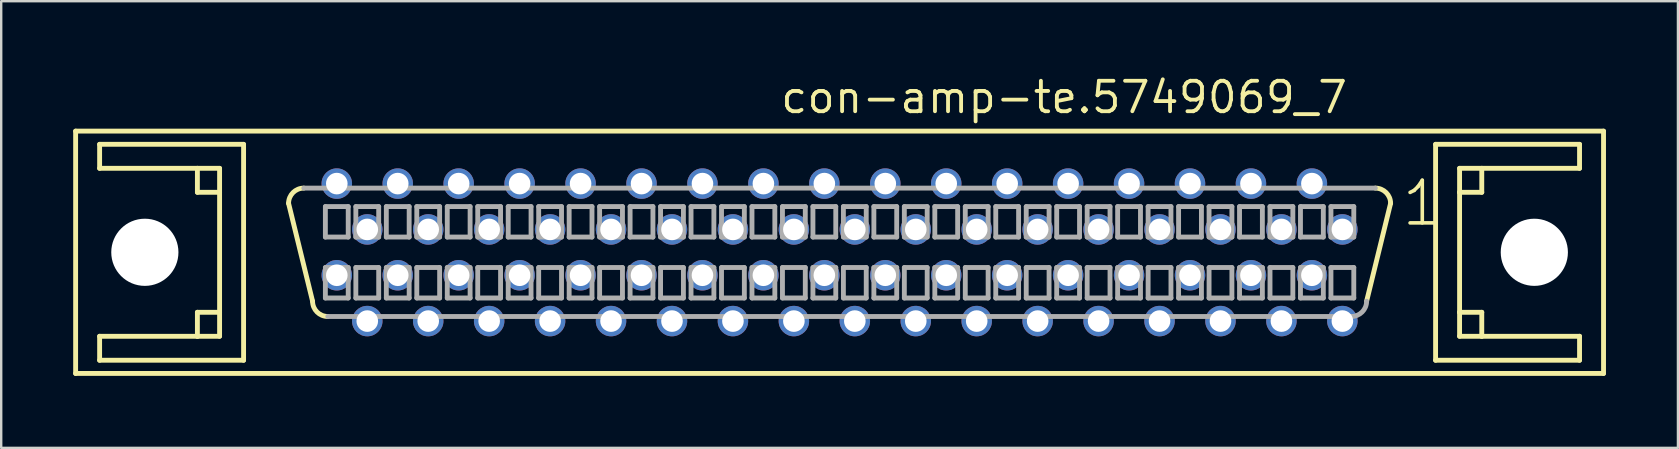
<source format=kicad_pcb>
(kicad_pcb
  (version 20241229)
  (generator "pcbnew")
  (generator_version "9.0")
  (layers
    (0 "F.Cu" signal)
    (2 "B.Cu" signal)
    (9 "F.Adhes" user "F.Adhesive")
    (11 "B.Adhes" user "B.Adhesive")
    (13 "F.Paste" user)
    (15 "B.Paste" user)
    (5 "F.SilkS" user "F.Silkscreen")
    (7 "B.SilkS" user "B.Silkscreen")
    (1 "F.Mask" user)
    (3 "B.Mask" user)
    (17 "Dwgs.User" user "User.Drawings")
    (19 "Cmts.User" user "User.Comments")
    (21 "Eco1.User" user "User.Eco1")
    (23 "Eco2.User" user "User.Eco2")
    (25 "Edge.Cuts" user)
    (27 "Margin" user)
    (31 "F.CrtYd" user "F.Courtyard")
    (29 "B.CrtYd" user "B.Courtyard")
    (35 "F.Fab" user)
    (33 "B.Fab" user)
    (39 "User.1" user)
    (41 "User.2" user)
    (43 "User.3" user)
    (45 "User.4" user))
  (footprint "con-amp-te.5749069_7"
    (layer "F.Cu")
    (at 31.942 7.465)
    (property "Reference" "con-amp-te.5749069_7" (at -2.54 -5.715 0) (layer "F.SilkS") (effects (font (size 1.27 1.27) (thickness 0.16)) (justify left bottom)))
    (attr through_hole)
    (fp_line (start -31.84 -5.05) (end 31.84 -5.05) (stroke (width 0.203) (type default)) (layer "F.SilkS"))
    (fp_line (start -31.84 5.05) (end -31.84 -5.05) (stroke (width 0.203) (type default)) (layer "F.SilkS"))
    (fp_line (start -30.84 -4.5) (end -30.84 -3.5) (stroke (width 0.203) (type default)) (layer "F.SilkS"))
    (fp_line (start -30.84 -3.5) (end -26.765 -3.5) (stroke (width 0.203) (type default)) (layer "F.SilkS"))
    (fp_line (start -30.84 3.5) (end -30.84 4.5) (stroke (width 0.203) (type default)) (layer "F.SilkS"))
    (fp_line (start -30.84 4.5) (end -24.84 4.5) (stroke (width 0.203) (type default)) (layer "F.SilkS"))
    (fp_line (start -26.765 -3.5) (end -26.765 -2.5) (stroke (width 0.203) (type default)) (layer "F.SilkS"))
    (fp_line (start -26.765 -3.5) (end -25.84 -3.5) (stroke (width 0.203) (type default)) (layer "F.SilkS"))
    (fp_line (start -26.765 -2.5) (end -25.84 -2.5) (stroke (width 0.203) (type default)) (layer "F.SilkS"))
    (fp_line (start -26.765 2.5) (end -26.765 3.5) (stroke (width 0.203) (type default)) (layer "F.SilkS"))
    (fp_line (start -26.765 3.5) (end -30.84 3.5) (stroke (width 0.203) (type default)) (layer "F.SilkS"))
    (fp_line (start -25.84 -3.5) (end -25.84 -2.5) (stroke (width 0.203) (type default)) (layer "F.SilkS"))
    (fp_line (start -25.84 -2.5) (end -25.84 2.5) (stroke (width 0.203) (type default)) (layer "F.SilkS"))
    (fp_line (start -25.84 2.5) (end -26.765 2.5) (stroke (width 0.203) (type default)) (layer "F.SilkS"))
    (fp_line (start -25.84 2.5) (end -25.84 3.5) (stroke (width 0.203) (type default)) (layer "F.SilkS"))
    (fp_line (start -25.84 3.5) (end -26.765 3.5) (stroke (width 0.203) (type default)) (layer "F.SilkS"))
    (fp_line (start -24.84 -4.5) (end -30.84 -4.5) (stroke (width 0.203) (type default)) (layer "F.SilkS"))
    (fp_line (start -24.84 4.5) (end -24.84 -4.5) (stroke (width 0.203) (type default)) (layer "F.SilkS"))
    (fp_line (start -21.965 2.04) (end -22.965 -2.04) (stroke (width 0.203) (type default)) (layer "F.SilkS"))
    (fp_line (start 22.965 -2.04) (end 21.965 2.04) (stroke (width 0.203) (type default)) (layer "F.SilkS"))
    (fp_line (start 24.84 -4.5) (end 24.84 4.5) (stroke (width 0.203) (type default)) (layer "F.SilkS"))
    (fp_line (start 24.84 4.5) (end 30.84 4.5) (stroke (width 0.203) (type default)) (layer "F.SilkS"))
    (fp_line (start 25.84 -3.5) (end 26.765 -3.5) (stroke (width 0.203) (type default)) (layer "F.SilkS"))
    (fp_line (start 25.84 -2.5) (end 25.84 -3.5) (stroke (width 0.203) (type default)) (layer "F.SilkS"))
    (fp_line (start 25.84 -2.5) (end 26.765 -2.5) (stroke (width 0.203) (type default)) (layer "F.SilkS"))
    (fp_line (start 25.84 2.5) (end 25.84 -2.5) (stroke (width 0.203) (type default)) (layer "F.SilkS"))
    (fp_line (start 25.84 3.5) (end 25.84 2.5) (stroke (width 0.203) (type default)) (layer "F.SilkS"))
    (fp_line (start 26.765 -3.5) (end 30.84 -3.5) (stroke (width 0.203) (type default)) (layer "F.SilkS"))
    (fp_line (start 26.765 -2.5) (end 26.765 -3.5) (stroke (width 0.203) (type default)) (layer "F.SilkS"))
    (fp_line (start 26.765 2.5) (end 25.84 2.5) (stroke (width 0.203) (type default)) (layer "F.SilkS"))
    (fp_line (start 26.765 3.5) (end 25.84 3.5) (stroke (width 0.203) (type default)) (layer "F.SilkS"))
    (fp_line (start 26.765 3.5) (end 26.765 2.5) (stroke (width 0.203) (type default)) (layer "F.SilkS"))
    (fp_line (start 30.84 -4.5) (end 24.84 -4.5) (stroke (width 0.203) (type default)) (layer "F.SilkS"))
    (fp_line (start 30.84 -3.5) (end 30.84 -4.5) (stroke (width 0.203) (type default)) (layer "F.SilkS"))
    (fp_line (start 30.84 3.5) (end 26.765 3.5) (stroke (width 0.203) (type default)) (layer "F.SilkS"))
    (fp_line (start 30.84 4.5) (end 30.84 3.5) (stroke (width 0.203) (type default)) (layer "F.SilkS"))
    (fp_line (start 31.84 -5.05) (end 31.84 5.05) (stroke (width 0.203) (type default)) (layer "F.SilkS"))
    (fp_line (start 31.84 5.05) (end -31.84 5.05) (stroke (width 0.203) (type default)) (layer "F.SilkS"))
    (fp_arc (start -22.965 -2.04) (mid -22.779013 -2.489013) (end -22.33 -2.675) (stroke (width 0.2032) (type default)) (layer "F.SilkS"))
    (fp_arc (start -21.33 2.675) (mid -21.779013 2.489013) (end -21.965 2.04) (stroke (width 0.2032) (type default)) (layer "F.SilkS"))
    (fp_arc (start 22.33 -2.675) (mid 22.779013 -2.489013) (end 22.965 -2.04) (stroke (width 0.2032) (type default)) (layer "F.SilkS"))
    (fp_line (start -22.33 -2.675) (end 22.33 -2.675) (stroke (width 0.203) (type default)) (layer "F.Fab"))
    (fp_line (start -21.431 -1.905) (end -21.431 -0.635) (stroke (width 0.203) (type default)) (layer "F.Fab"))
    (fp_line (start -21.431 -0.635) (end -20.479 -0.635) (stroke (width 0.203) (type default)) (layer "F.Fab"))
    (fp_line (start -21.431 0.635) (end -21.431 1.905) (stroke (width 0.203) (type default)) (layer "F.Fab"))
    (fp_line (start -21.431 1.905) (end -20.479 1.905) (stroke (width 0.203) (type default)) (layer "F.Fab"))
    (fp_line (start -20.479 -1.905) (end -21.431 -1.905) (stroke (width 0.203) (type default)) (layer "F.Fab"))
    (fp_line (start -20.479 -0.635) (end -20.479 -1.905) (stroke (width 0.203) (type default)) (layer "F.Fab"))
    (fp_line (start -20.479 0.635) (end -21.431 0.635) (stroke (width 0.203) (type default)) (layer "F.Fab"))
    (fp_line (start -20.479 1.905) (end -20.479 0.635) (stroke (width 0.203) (type default)) (layer "F.Fab"))
    (fp_line (start -20.161 -1.905) (end -20.161 -0.635) (stroke (width 0.203) (type default)) (layer "F.Fab"))
    (fp_line (start -20.161 -0.635) (end -19.209 -0.635) (stroke (width 0.203) (type default)) (layer "F.Fab"))
    (fp_line (start -20.161 0.635) (end -20.161 1.905) (stroke (width 0.203) (type default)) (layer "F.Fab"))
    (fp_line (start -20.161 1.905) (end -19.209 1.905) (stroke (width 0.203) (type default)) (layer "F.Fab"))
    (fp_line (start -19.209 -1.905) (end -20.161 -1.905) (stroke (width 0.203) (type default)) (layer "F.Fab"))
    (fp_line (start -19.209 -0.635) (end -19.209 -1.905) (stroke (width 0.203) (type default)) (layer "F.Fab"))
    (fp_line (start -19.209 0.635) (end -20.161 0.635) (stroke (width 0.203) (type default)) (layer "F.Fab"))
    (fp_line (start -19.209 1.905) (end -19.209 0.635) (stroke (width 0.203) (type default)) (layer "F.Fab"))
    (fp_line (start -18.891 -1.905) (end -18.891 -0.635) (stroke (width 0.203) (type default)) (layer "F.Fab"))
    (fp_line (start -18.891 -0.635) (end -17.939 -0.635) (stroke (width 0.203) (type default)) (layer "F.Fab"))
    (fp_line (start -18.891 0.635) (end -18.891 1.905) (stroke (width 0.203) (type default)) (layer "F.Fab"))
    (fp_line (start -18.891 1.905) (end -17.939 1.905) (stroke (width 0.203) (type default)) (layer "F.Fab"))
    (fp_line (start -17.939 -1.905) (end -18.891 -1.905) (stroke (width 0.203) (type default)) (layer "F.Fab"))
    (fp_line (start -17.939 -0.635) (end -17.939 -1.905) (stroke (width 0.203) (type default)) (layer "F.Fab"))
    (fp_line (start -17.939 0.635) (end -18.891 0.635) (stroke (width 0.203) (type default)) (layer "F.Fab"))
    (fp_line (start -17.939 1.905) (end -17.939 0.635) (stroke (width 0.203) (type default)) (layer "F.Fab"))
    (fp_line (start -17.621 -1.905) (end -17.621 -0.635) (stroke (width 0.203) (type default)) (layer "F.Fab"))
    (fp_line (start -17.621 -0.635) (end -16.669 -0.635) (stroke (width 0.203) (type default)) (layer "F.Fab"))
    (fp_line (start -17.621 0.635) (end -17.621 1.905) (stroke (width 0.203) (type default)) (layer "F.Fab"))
    (fp_line (start -17.621 1.905) (end -16.669 1.905) (stroke (width 0.203) (type default)) (layer "F.Fab"))
    (fp_line (start -16.669 -1.905) (end -17.621 -1.905) (stroke (width 0.203) (type default)) (layer "F.Fab"))
    (fp_line (start -16.669 -0.635) (end -16.669 -1.905) (stroke (width 0.203) (type default)) (layer "F.Fab"))
    (fp_line (start -16.669 0.635) (end -17.621 0.635) (stroke (width 0.203) (type default)) (layer "F.Fab"))
    (fp_line (start -16.669 1.905) (end -16.669 0.635) (stroke (width 0.203) (type default)) (layer "F.Fab"))
    (fp_line (start -16.351 -1.905) (end -16.351 -0.635) (stroke (width 0.203) (type default)) (layer "F.Fab"))
    (fp_line (start -16.351 -0.635) (end -15.399 -0.635) (stroke (width 0.203) (type default)) (layer "F.Fab"))
    (fp_line (start -16.351 0.635) (end -16.351 1.905) (stroke (width 0.203) (type default)) (layer "F.Fab"))
    (fp_line (start -16.351 1.905) (end -15.399 1.905) (stroke (width 0.203) (type default)) (layer "F.Fab"))
    (fp_line (start -15.399 -1.905) (end -16.351 -1.905) (stroke (width 0.203) (type default)) (layer "F.Fab"))
    (fp_line (start -15.399 -0.635) (end -15.399 -1.905) (stroke (width 0.203) (type default)) (layer "F.Fab"))
    (fp_line (start -15.399 0.635) (end -16.351 0.635) (stroke (width 0.203) (type default)) (layer "F.Fab"))
    (fp_line (start -15.399 1.905) (end -15.399 0.635) (stroke (width 0.203) (type default)) (layer "F.Fab"))
    (fp_line (start -15.081 -1.905) (end -15.081 -0.635) (stroke (width 0.203) (type default)) (layer "F.Fab"))
    (fp_line (start -15.081 -0.635) (end -14.129 -0.635) (stroke (width 0.203) (type default)) (layer "F.Fab"))
    (fp_line (start -15.081 0.635) (end -15.081 1.905) (stroke (width 0.203) (type default)) (layer "F.Fab"))
    (fp_line (start -15.081 1.905) (end -14.129 1.905) (stroke (width 0.203) (type default)) (layer "F.Fab"))
    (fp_line (start -14.129 -1.905) (end -15.081 -1.905) (stroke (width 0.203) (type default)) (layer "F.Fab"))
    (fp_line (start -14.129 -0.635) (end -14.129 -1.905) (stroke (width 0.203) (type default)) (layer "F.Fab"))
    (fp_line (start -14.129 0.635) (end -15.081 0.635) (stroke (width 0.203) (type default)) (layer "F.Fab"))
    (fp_line (start -14.129 1.905) (end -14.129 0.635) (stroke (width 0.203) (type default)) (layer "F.Fab"))
    (fp_line (start -13.811 -1.905) (end -13.811 -0.635) (stroke (width 0.203) (type default)) (layer "F.Fab"))
    (fp_line (start -13.811 -0.635) (end -12.859 -0.635) (stroke (width 0.203) (type default)) (layer "F.Fab"))
    (fp_line (start -13.811 0.635) (end -13.811 1.905) (stroke (width 0.203) (type default)) (layer "F.Fab"))
    (fp_line (start -13.811 1.905) (end -12.859 1.905) (stroke (width 0.203) (type default)) (layer "F.Fab"))
    (fp_line (start -12.859 -1.905) (end -13.811 -1.905) (stroke (width 0.203) (type default)) (layer "F.Fab"))
    (fp_line (start -12.859 -0.635) (end -12.859 -1.905) (stroke (width 0.203) (type default)) (layer "F.Fab"))
    (fp_line (start -12.859 0.635) (end -13.811 0.635) (stroke (width 0.203) (type default)) (layer "F.Fab"))
    (fp_line (start -12.859 1.905) (end -12.859 0.635) (stroke (width 0.203) (type default)) (layer "F.Fab"))
    (fp_line (start -12.541 -1.905) (end -12.541 -0.635) (stroke (width 0.203) (type default)) (layer "F.Fab"))
    (fp_line (start -12.541 -0.635) (end -11.589 -0.635) (stroke (width 0.203) (type default)) (layer "F.Fab"))
    (fp_line (start -12.541 0.635) (end -12.541 1.905) (stroke (width 0.203) (type default)) (layer "F.Fab"))
    (fp_line (start -12.541 1.905) (end -11.589 1.905) (stroke (width 0.203) (type default)) (layer "F.Fab"))
    (fp_line (start -11.589 -1.905) (end -12.541 -1.905) (stroke (width 0.203) (type default)) (layer "F.Fab"))
    (fp_line (start -11.589 -0.635) (end -11.589 -1.905) (stroke (width 0.203) (type default)) (layer "F.Fab"))
    (fp_line (start -11.589 0.635) (end -12.541 0.635) (stroke (width 0.203) (type default)) (layer "F.Fab"))
    (fp_line (start -11.589 1.905) (end -11.589 0.635) (stroke (width 0.203) (type default)) (layer "F.Fab"))
    (fp_line (start -11.271 -1.905) (end -11.271 -0.635) (stroke (width 0.203) (type default)) (layer "F.Fab"))
    (fp_line (start -11.271 -0.635) (end -10.319 -0.635) (stroke (width 0.203) (type default)) (layer "F.Fab"))
    (fp_line (start -11.271 0.635) (end -11.271 1.905) (stroke (width 0.203) (type default)) (layer "F.Fab"))
    (fp_line (start -11.271 1.905) (end -10.319 1.905) (stroke (width 0.203) (type default)) (layer "F.Fab"))
    (fp_line (start -10.319 -1.905) (end -11.271 -1.905) (stroke (width 0.203) (type default)) (layer "F.Fab"))
    (fp_line (start -10.319 -0.635) (end -10.319 -1.905) (stroke (width 0.203) (type default)) (layer "F.Fab"))
    (fp_line (start -10.319 0.635) (end -11.271 0.635) (stroke (width 0.203) (type default)) (layer "F.Fab"))
    (fp_line (start -10.319 1.905) (end -10.319 0.635) (stroke (width 0.203) (type default)) (layer "F.Fab"))
    (fp_line (start -10.001 -1.905) (end -10.001 -0.635) (stroke (width 0.203) (type default)) (layer "F.Fab"))
    (fp_line (start -10.001 -0.635) (end -9.049 -0.635) (stroke (width 0.203) (type default)) (layer "F.Fab"))
    (fp_line (start -10.001 0.635) (end -10.001 1.905) (stroke (width 0.203) (type default)) (layer "F.Fab"))
    (fp_line (start -10.001 1.905) (end -9.049 1.905) (stroke (width 0.203) (type default)) (layer "F.Fab"))
    (fp_line (start -9.049 -1.905) (end -10.001 -1.905) (stroke (width 0.203) (type default)) (layer "F.Fab"))
    (fp_line (start -9.049 -0.635) (end -9.049 -1.905) (stroke (width 0.203) (type default)) (layer "F.Fab"))
    (fp_line (start -9.049 0.635) (end -10.001 0.635) (stroke (width 0.203) (type default)) (layer "F.Fab"))
    (fp_line (start -9.049 1.905) (end -9.049 0.635) (stroke (width 0.203) (type default)) (layer "F.Fab"))
    (fp_line (start -8.731 -1.905) (end -8.731 -0.635) (stroke (width 0.203) (type default)) (layer "F.Fab"))
    (fp_line (start -8.731 -0.635) (end -7.779 -0.635) (stroke (width 0.203) (type default)) (layer "F.Fab"))
    (fp_line (start -8.731 0.635) (end -8.731 1.905) (stroke (width 0.203) (type default)) (layer "F.Fab"))
    (fp_line (start -8.731 1.905) (end -7.779 1.905) (stroke (width 0.203) (type default)) (layer "F.Fab"))
    (fp_line (start -7.779 -1.905) (end -8.731 -1.905) (stroke (width 0.203) (type default)) (layer "F.Fab"))
    (fp_line (start -7.779 -0.635) (end -7.779 -1.905) (stroke (width 0.203) (type default)) (layer "F.Fab"))
    (fp_line (start -7.779 0.635) (end -8.731 0.635) (stroke (width 0.203) (type default)) (layer "F.Fab"))
    (fp_line (start -7.779 1.905) (end -7.779 0.635) (stroke (width 0.203) (type default)) (layer "F.Fab"))
    (fp_line (start -7.461 -1.905) (end -7.461 -0.635) (stroke (width 0.203) (type default)) (layer "F.Fab"))
    (fp_line (start -7.461 -0.635) (end -6.509 -0.635) (stroke (width 0.203) (type default)) (layer "F.Fab"))
    (fp_line (start -7.461 0.635) (end -7.461 1.905) (stroke (width 0.203) (type default)) (layer "F.Fab"))
    (fp_line (start -7.461 1.905) (end -6.509 1.905) (stroke (width 0.203) (type default)) (layer "F.Fab"))
    (fp_line (start -6.509 -1.905) (end -7.461 -1.905) (stroke (width 0.203) (type default)) (layer "F.Fab"))
    (fp_line (start -6.509 -0.635) (end -6.509 -1.905) (stroke (width 0.203) (type default)) (layer "F.Fab"))
    (fp_line (start -6.509 0.635) (end -7.461 0.635) (stroke (width 0.203) (type default)) (layer "F.Fab"))
    (fp_line (start -6.509 1.905) (end -6.509 0.635) (stroke (width 0.203) (type default)) (layer "F.Fab"))
    (fp_line (start -6.191 -1.905) (end -6.191 -0.635) (stroke (width 0.203) (type default)) (layer "F.Fab"))
    (fp_line (start -6.191 -0.635) (end -5.239 -0.635) (stroke (width 0.203) (type default)) (layer "F.Fab"))
    (fp_line (start -6.191 0.635) (end -6.191 1.905) (stroke (width 0.203) (type default)) (layer "F.Fab"))
    (fp_line (start -6.191 1.905) (end -5.239 1.905) (stroke (width 0.203) (type default)) (layer "F.Fab"))
    (fp_line (start -5.239 -1.905) (end -6.191 -1.905) (stroke (width 0.203) (type default)) (layer "F.Fab"))
    (fp_line (start -5.239 -0.635) (end -5.239 -1.905) (stroke (width 0.203) (type default)) (layer "F.Fab"))
    (fp_line (start -5.239 0.635) (end -6.191 0.635) (stroke (width 0.203) (type default)) (layer "F.Fab"))
    (fp_line (start -5.239 1.905) (end -5.239 0.635) (stroke (width 0.203) (type default)) (layer "F.Fab"))
    (fp_line (start -4.921 -1.905) (end -4.921 -0.635) (stroke (width 0.203) (type default)) (layer "F.Fab"))
    (fp_line (start -4.921 -0.635) (end -3.969 -0.635) (stroke (width 0.203) (type default)) (layer "F.Fab"))
    (fp_line (start -4.921 0.635) (end -4.921 1.905) (stroke (width 0.203) (type default)) (layer "F.Fab"))
    (fp_line (start -4.921 1.905) (end -3.969 1.905) (stroke (width 0.203) (type default)) (layer "F.Fab"))
    (fp_line (start -3.969 -1.905) (end -4.921 -1.905) (stroke (width 0.203) (type default)) (layer "F.Fab"))
    (fp_line (start -3.969 -0.635) (end -3.969 -1.905) (stroke (width 0.203) (type default)) (layer "F.Fab"))
    (fp_line (start -3.969 0.635) (end -4.921 0.635) (stroke (width 0.203) (type default)) (layer "F.Fab"))
    (fp_line (start -3.969 1.905) (end -3.969 0.635) (stroke (width 0.203) (type default)) (layer "F.Fab"))
    (fp_line (start -3.651 -1.905) (end -3.651 -0.635) (stroke (width 0.203) (type default)) (layer "F.Fab"))
    (fp_line (start -3.651 -0.635) (end -2.699 -0.635) (stroke (width 0.203) (type default)) (layer "F.Fab"))
    (fp_line (start -3.651 0.635) (end -3.651 1.905) (stroke (width 0.203) (type default)) (layer "F.Fab"))
    (fp_line (start -3.651 1.905) (end -2.699 1.905) (stroke (width 0.203) (type default)) (layer "F.Fab"))
    (fp_line (start -2.699 -1.905) (end -3.651 -1.905) (stroke (width 0.203) (type default)) (layer "F.Fab"))
    (fp_line (start -2.699 -0.635) (end -2.699 -1.905) (stroke (width 0.203) (type default)) (layer "F.Fab"))
    (fp_line (start -2.699 0.635) (end -3.651 0.635) (stroke (width 0.203) (type default)) (layer "F.Fab"))
    (fp_line (start -2.699 1.905) (end -2.699 0.635) (stroke (width 0.203) (type default)) (layer "F.Fab"))
    (fp_line (start -2.381 -1.905) (end -2.381 -0.635) (stroke (width 0.203) (type default)) (layer "F.Fab"))
    (fp_line (start -2.381 -0.635) (end -1.429 -0.635) (stroke (width 0.203) (type default)) (layer "F.Fab"))
    (fp_line (start -2.381 0.635) (end -2.381 1.905) (stroke (width 0.203) (type default)) (layer "F.Fab"))
    (fp_line (start -2.381 1.905) (end -1.429 1.905) (stroke (width 0.203) (type default)) (layer "F.Fab"))
    (fp_line (start -1.429 -1.905) (end -2.381 -1.905) (stroke (width 0.203) (type default)) (layer "F.Fab"))
    (fp_line (start -1.429 -0.635) (end -1.429 -1.905) (stroke (width 0.203) (type default)) (layer "F.Fab"))
    (fp_line (start -1.429 0.635) (end -2.381 0.635) (stroke (width 0.203) (type default)) (layer "F.Fab"))
    (fp_line (start -1.429 1.905) (end -1.429 0.635) (stroke (width 0.203) (type default)) (layer "F.Fab"))
    (fp_line (start -1.111 -1.905) (end -1.111 -0.635) (stroke (width 0.203) (type default)) (layer "F.Fab"))
    (fp_line (start -1.111 -0.635) (end -0.159 -0.635) (stroke (width 0.203) (type default)) (layer "F.Fab"))
    (fp_line (start -1.111 0.635) (end -1.111 1.905) (stroke (width 0.203) (type default)) (layer "F.Fab"))
    (fp_line (start -1.111 1.905) (end -0.159 1.905) (stroke (width 0.203) (type default)) (layer "F.Fab"))
    (fp_line (start -0.159 -1.905) (end -1.111 -1.905) (stroke (width 0.203) (type default)) (layer "F.Fab"))
    (fp_line (start -0.159 -0.635) (end -0.159 -1.905) (stroke (width 0.203) (type default)) (layer "F.Fab"))
    (fp_line (start -0.159 0.635) (end -1.111 0.635) (stroke (width 0.203) (type default)) (layer "F.Fab"))
    (fp_line (start -0.159 1.905) (end -0.159 0.635) (stroke (width 0.203) (type default)) (layer "F.Fab"))
    (fp_line (start 0.159 -1.905) (end 0.159 -0.635) (stroke (width 0.203) (type default)) (layer "F.Fab"))
    (fp_line (start 0.159 -0.635) (end 1.111 -0.635) (stroke (width 0.203) (type default)) (layer "F.Fab"))
    (fp_line (start 0.159 0.635) (end 0.159 1.905) (stroke (width 0.203) (type default)) (layer "F.Fab"))
    (fp_line (start 0.159 1.905) (end 1.111 1.905) (stroke (width 0.203) (type default)) (layer "F.Fab"))
    (fp_line (start 1.111 -1.905) (end 0.159 -1.905) (stroke (width 0.203) (type default)) (layer "F.Fab"))
    (fp_line (start 1.111 -0.635) (end 1.111 -1.905) (stroke (width 0.203) (type default)) (layer "F.Fab"))
    (fp_line (start 1.111 0.635) (end 0.159 0.635) (stroke (width 0.203) (type default)) (layer "F.Fab"))
    (fp_line (start 1.111 1.905) (end 1.111 0.635) (stroke (width 0.203) (type default)) (layer "F.Fab"))
    (fp_line (start 1.429 -1.905) (end 1.429 -0.635) (stroke (width 0.203) (type default)) (layer "F.Fab"))
    (fp_line (start 1.429 -0.635) (end 2.381 -0.635) (stroke (width 0.203) (type default)) (layer "F.Fab"))
    (fp_line (start 1.429 0.635) (end 1.429 1.905) (stroke (width 0.203) (type default)) (layer "F.Fab"))
    (fp_line (start 1.429 1.905) (end 2.381 1.905) (stroke (width 0.203) (type default)) (layer "F.Fab"))
    (fp_line (start 2.381 -1.905) (end 1.429 -1.905) (stroke (width 0.203) (type default)) (layer "F.Fab"))
    (fp_line (start 2.381 -0.635) (end 2.381 -1.905) (stroke (width 0.203) (type default)) (layer "F.Fab"))
    (fp_line (start 2.381 0.635) (end 1.429 0.635) (stroke (width 0.203) (type default)) (layer "F.Fab"))
    (fp_line (start 2.381 1.905) (end 2.381 0.635) (stroke (width 0.203) (type default)) (layer "F.Fab"))
    (fp_line (start 2.699 -1.905) (end 2.699 -0.635) (stroke (width 0.203) (type default)) (layer "F.Fab"))
    (fp_line (start 2.699 -0.635) (end 3.651 -0.635) (stroke (width 0.203) (type default)) (layer "F.Fab"))
    (fp_line (start 2.699 0.635) (end 2.699 1.905) (stroke (width 0.203) (type default)) (layer "F.Fab"))
    (fp_line (start 2.699 1.905) (end 3.651 1.905) (stroke (width 0.203) (type default)) (layer "F.Fab"))
    (fp_line (start 3.651 -1.905) (end 2.699 -1.905) (stroke (width 0.203) (type default)) (layer "F.Fab"))
    (fp_line (start 3.651 -0.635) (end 3.651 -1.905) (stroke (width 0.203) (type default)) (layer "F.Fab"))
    (fp_line (start 3.651 0.635) (end 2.699 0.635) (stroke (width 0.203) (type default)) (layer "F.Fab"))
    (fp_line (start 3.651 1.905) (end 3.651 0.635) (stroke (width 0.203) (type default)) (layer "F.Fab"))
    (fp_line (start 3.969 -1.905) (end 3.969 -0.635) (stroke (width 0.203) (type default)) (layer "F.Fab"))
    (fp_line (start 3.969 -0.635) (end 4.921 -0.635) (stroke (width 0.203) (type default)) (layer "F.Fab"))
    (fp_line (start 3.969 0.635) (end 3.969 1.905) (stroke (width 0.203) (type default)) (layer "F.Fab"))
    (fp_line (start 3.969 1.905) (end 4.921 1.905) (stroke (width 0.203) (type default)) (layer "F.Fab"))
    (fp_line (start 4.921 -1.905) (end 3.969 -1.905) (stroke (width 0.203) (type default)) (layer "F.Fab"))
    (fp_line (start 4.921 -0.635) (end 4.921 -1.905) (stroke (width 0.203) (type default)) (layer "F.Fab"))
    (fp_line (start 4.921 0.635) (end 3.969 0.635) (stroke (width 0.203) (type default)) (layer "F.Fab"))
    (fp_line (start 4.921 1.905) (end 4.921 0.635) (stroke (width 0.203) (type default)) (layer "F.Fab"))
    (fp_line (start 5.239 -1.905) (end 5.239 -0.635) (stroke (width 0.203) (type default)) (layer "F.Fab"))
    (fp_line (start 5.239 -0.635) (end 6.191 -0.635) (stroke (width 0.203) (type default)) (layer "F.Fab"))
    (fp_line (start 5.239 0.635) (end 5.239 1.905) (stroke (width 0.203) (type default)) (layer "F.Fab"))
    (fp_line (start 5.239 1.905) (end 6.191 1.905) (stroke (width 0.203) (type default)) (layer "F.Fab"))
    (fp_line (start 6.191 -1.905) (end 5.239 -1.905) (stroke (width 0.203) (type default)) (layer "F.Fab"))
    (fp_line (start 6.191 -0.635) (end 6.191 -1.905) (stroke (width 0.203) (type default)) (layer "F.Fab"))
    (fp_line (start 6.191 0.635) (end 5.239 0.635) (stroke (width 0.203) (type default)) (layer "F.Fab"))
    (fp_line (start 6.191 1.905) (end 6.191 0.635) (stroke (width 0.203) (type default)) (layer "F.Fab"))
    (fp_line (start 6.509 -1.905) (end 6.509 -0.635) (stroke (width 0.203) (type default)) (layer "F.Fab"))
    (fp_line (start 6.509 -0.635) (end 7.461 -0.635) (stroke (width 0.203) (type default)) (layer "F.Fab"))
    (fp_line (start 6.509 0.635) (end 6.509 1.905) (stroke (width 0.203) (type default)) (layer "F.Fab"))
    (fp_line (start 6.509 1.905) (end 7.461 1.905) (stroke (width 0.203) (type default)) (layer "F.Fab"))
    (fp_line (start 7.461 -1.905) (end 6.509 -1.905) (stroke (width 0.203) (type default)) (layer "F.Fab"))
    (fp_line (start 7.461 -0.635) (end 7.461 -1.905) (stroke (width 0.203) (type default)) (layer "F.Fab"))
    (fp_line (start 7.461 0.635) (end 6.509 0.635) (stroke (width 0.203) (type default)) (layer "F.Fab"))
    (fp_line (start 7.461 1.905) (end 7.461 0.635) (stroke (width 0.203) (type default)) (layer "F.Fab"))
    (fp_line (start 7.779 -1.905) (end 7.779 -0.635) (stroke (width 0.203) (type default)) (layer "F.Fab"))
    (fp_line (start 7.779 -0.635) (end 8.731 -0.635) (stroke (width 0.203) (type default)) (layer "F.Fab"))
    (fp_line (start 7.779 0.635) (end 7.779 1.905) (stroke (width 0.203) (type default)) (layer "F.Fab"))
    (fp_line (start 7.779 1.905) (end 8.731 1.905) (stroke (width 0.203) (type default)) (layer "F.Fab"))
    (fp_line (start 8.731 -1.905) (end 7.779 -1.905) (stroke (width 0.203) (type default)) (layer "F.Fab"))
    (fp_line (start 8.731 -0.635) (end 8.731 -1.905) (stroke (width 0.203) (type default)) (layer "F.Fab"))
    (fp_line (start 8.731 0.635) (end 7.779 0.635) (stroke (width 0.203) (type default)) (layer "F.Fab"))
    (fp_line (start 8.731 1.905) (end 8.731 0.635) (stroke (width 0.203) (type default)) (layer "F.Fab"))
    (fp_line (start 9.049 -1.905) (end 9.049 -0.635) (stroke (width 0.203) (type default)) (layer "F.Fab"))
    (fp_line (start 9.049 -0.635) (end 10.001 -0.635) (stroke (width 0.203) (type default)) (layer "F.Fab"))
    (fp_line (start 9.049 0.635) (end 9.049 1.905) (stroke (width 0.203) (type default)) (layer "F.Fab"))
    (fp_line (start 9.049 1.905) (end 10.001 1.905) (stroke (width 0.203) (type default)) (layer "F.Fab"))
    (fp_line (start 10.001 -1.905) (end 9.049 -1.905) (stroke (width 0.203) (type default)) (layer "F.Fab"))
    (fp_line (start 10.001 -0.635) (end 10.001 -1.905) (stroke (width 0.203) (type default)) (layer "F.Fab"))
    (fp_line (start 10.001 0.635) (end 9.049 0.635) (stroke (width 0.203) (type default)) (layer "F.Fab"))
    (fp_line (start 10.001 1.905) (end 10.001 0.635) (stroke (width 0.203) (type default)) (layer "F.Fab"))
    (fp_line (start 10.319 -1.905) (end 10.319 -0.635) (stroke (width 0.203) (type default)) (layer "F.Fab"))
    (fp_line (start 10.319 -0.635) (end 11.271 -0.635) (stroke (width 0.203) (type default)) (layer "F.Fab"))
    (fp_line (start 10.319 0.635) (end 10.319 1.905) (stroke (width 0.203) (type default)) (layer "F.Fab"))
    (fp_line (start 10.319 1.905) (end 11.271 1.905) (stroke (width 0.203) (type default)) (layer "F.Fab"))
    (fp_line (start 11.271 -1.905) (end 10.319 -1.905) (stroke (width 0.203) (type default)) (layer "F.Fab"))
    (fp_line (start 11.271 -0.635) (end 11.271 -1.905) (stroke (width 0.203) (type default)) (layer "F.Fab"))
    (fp_line (start 11.271 0.635) (end 10.319 0.635) (stroke (width 0.203) (type default)) (layer "F.Fab"))
    (fp_line (start 11.271 1.905) (end 11.271 0.635) (stroke (width 0.203) (type default)) (layer "F.Fab"))
    (fp_line (start 11.589 -1.905) (end 11.589 -0.635) (stroke (width 0.203) (type default)) (layer "F.Fab"))
    (fp_line (start 11.589 -0.635) (end 12.541 -0.635) (stroke (width 0.203) (type default)) (layer "F.Fab"))
    (fp_line (start 11.589 0.635) (end 11.589 1.905) (stroke (width 0.203) (type default)) (layer "F.Fab"))
    (fp_line (start 11.589 1.905) (end 12.541 1.905) (stroke (width 0.203) (type default)) (layer "F.Fab"))
    (fp_line (start 12.541 -1.905) (end 11.589 -1.905) (stroke (width 0.203) (type default)) (layer "F.Fab"))
    (fp_line (start 12.541 -0.635) (end 12.541 -1.905) (stroke (width 0.203) (type default)) (layer "F.Fab"))
    (fp_line (start 12.541 0.635) (end 11.589 0.635) (stroke (width 0.203) (type default)) (layer "F.Fab"))
    (fp_line (start 12.541 1.905) (end 12.541 0.635) (stroke (width 0.203) (type default)) (layer "F.Fab"))
    (fp_line (start 12.859 -1.905) (end 12.859 -0.635) (stroke (width 0.203) (type default)) (layer "F.Fab"))
    (fp_line (start 12.859 -0.635) (end 13.811 -0.635) (stroke (width 0.203) (type default)) (layer "F.Fab"))
    (fp_line (start 12.859 0.635) (end 12.859 1.905) (stroke (width 0.203) (type default)) (layer "F.Fab"))
    (fp_line (start 12.859 1.905) (end 13.811 1.905) (stroke (width 0.203) (type default)) (layer "F.Fab"))
    (fp_line (start 13.811 -1.905) (end 12.859 -1.905) (stroke (width 0.203) (type default)) (layer "F.Fab"))
    (fp_line (start 13.811 -0.635) (end 13.811 -1.905) (stroke (width 0.203) (type default)) (layer "F.Fab"))
    (fp_line (start 13.811 0.635) (end 12.859 0.635) (stroke (width 0.203) (type default)) (layer "F.Fab"))
    (fp_line (start 13.811 1.905) (end 13.811 0.635) (stroke (width 0.203) (type default)) (layer "F.Fab"))
    (fp_line (start 14.129 -1.905) (end 14.129 -0.635) (stroke (width 0.203) (type default)) (layer "F.Fab"))
    (fp_line (start 14.129 -0.635) (end 15.081 -0.635) (stroke (width 0.203) (type default)) (layer "F.Fab"))
    (fp_line (start 14.129 0.635) (end 14.129 1.905) (stroke (width 0.203) (type default)) (layer "F.Fab"))
    (fp_line (start 14.129 1.905) (end 15.081 1.905) (stroke (width 0.203) (type default)) (layer "F.Fab"))
    (fp_line (start 15.081 -1.905) (end 14.129 -1.905) (stroke (width 0.203) (type default)) (layer "F.Fab"))
    (fp_line (start 15.081 -0.635) (end 15.081 -1.905) (stroke (width 0.203) (type default)) (layer "F.Fab"))
    (fp_line (start 15.081 0.635) (end 14.129 0.635) (stroke (width 0.203) (type default)) (layer "F.Fab"))
    (fp_line (start 15.081 1.905) (end 15.081 0.635) (stroke (width 0.203) (type default)) (layer "F.Fab"))
    (fp_line (start 15.399 -1.905) (end 15.399 -0.635) (stroke (width 0.203) (type default)) (layer "F.Fab"))
    (fp_line (start 15.399 -0.635) (end 16.351 -0.635) (stroke (width 0.203) (type default)) (layer "F.Fab"))
    (fp_line (start 15.399 0.635) (end 15.399 1.905) (stroke (width 0.203) (type default)) (layer "F.Fab"))
    (fp_line (start 15.399 1.905) (end 16.351 1.905) (stroke (width 0.203) (type default)) (layer "F.Fab"))
    (fp_line (start 16.351 -1.905) (end 15.399 -1.905) (stroke (width 0.203) (type default)) (layer "F.Fab"))
    (fp_line (start 16.351 -0.635) (end 16.351 -1.905) (stroke (width 0.203) (type default)) (layer "F.Fab"))
    (fp_line (start 16.351 0.635) (end 15.399 0.635) (stroke (width 0.203) (type default)) (layer "F.Fab"))
    (fp_line (start 16.351 1.905) (end 16.351 0.635) (stroke (width 0.203) (type default)) (layer "F.Fab"))
    (fp_line (start 16.669 -1.905) (end 16.669 -0.635) (stroke (width 0.203) (type default)) (layer "F.Fab"))
    (fp_line (start 16.669 -0.635) (end 17.621 -0.635) (stroke (width 0.203) (type default)) (layer "F.Fab"))
    (fp_line (start 16.669 0.635) (end 16.669 1.905) (stroke (width 0.203) (type default)) (layer "F.Fab"))
    (fp_line (start 16.669 1.905) (end 17.621 1.905) (stroke (width 0.203) (type default)) (layer "F.Fab"))
    (fp_line (start 17.621 -1.905) (end 16.669 -1.905) (stroke (width 0.203) (type default)) (layer "F.Fab"))
    (fp_line (start 17.621 -0.635) (end 17.621 -1.905) (stroke (width 0.203) (type default)) (layer "F.Fab"))
    (fp_line (start 17.621 0.635) (end 16.669 0.635) (stroke (width 0.203) (type default)) (layer "F.Fab"))
    (fp_line (start 17.621 1.905) (end 17.621 0.635) (stroke (width 0.203) (type default)) (layer "F.Fab"))
    (fp_line (start 17.939 -1.905) (end 17.939 -0.635) (stroke (width 0.203) (type default)) (layer "F.Fab"))
    (fp_line (start 17.939 -0.635) (end 18.891 -0.635) (stroke (width 0.203) (type default)) (layer "F.Fab"))
    (fp_line (start 17.939 0.635) (end 17.939 1.905) (stroke (width 0.203) (type default)) (layer "F.Fab"))
    (fp_line (start 17.939 1.905) (end 18.891 1.905) (stroke (width 0.203) (type default)) (layer "F.Fab"))
    (fp_line (start 18.891 -1.905) (end 17.939 -1.905) (stroke (width 0.203) (type default)) (layer "F.Fab"))
    (fp_line (start 18.891 -0.635) (end 18.891 -1.905) (stroke (width 0.203) (type default)) (layer "F.Fab"))
    (fp_line (start 18.891 0.635) (end 17.939 0.635) (stroke (width 0.203) (type default)) (layer "F.Fab"))
    (fp_line (start 18.891 1.905) (end 18.891 0.635) (stroke (width 0.203) (type default)) (layer "F.Fab"))
    (fp_line (start 19.209 -1.905) (end 19.209 -0.635) (stroke (width 0.203) (type default)) (layer "F.Fab"))
    (fp_line (start 19.209 -0.635) (end 20.161 -0.635) (stroke (width 0.203) (type default)) (layer "F.Fab"))
    (fp_line (start 19.209 0.635) (end 19.209 1.905) (stroke (width 0.203) (type default)) (layer "F.Fab"))
    (fp_line (start 19.209 1.905) (end 20.161 1.905) (stroke (width 0.203) (type default)) (layer "F.Fab"))
    (fp_line (start 20.161 -1.905) (end 19.209 -1.905) (stroke (width 0.203) (type default)) (layer "F.Fab"))
    (fp_line (start 20.161 -0.635) (end 20.161 -1.905) (stroke (width 0.203) (type default)) (layer "F.Fab"))
    (fp_line (start 20.161 0.635) (end 19.209 0.635) (stroke (width 0.203) (type default)) (layer "F.Fab"))
    (fp_line (start 20.161 1.905) (end 20.161 0.635) (stroke (width 0.203) (type default)) (layer "F.Fab"))
    (fp_line (start 20.479 -1.905) (end 20.479 -0.635) (stroke (width 0.203) (type default)) (layer "F.Fab"))
    (fp_line (start 20.479 -0.635) (end 21.431 -0.635) (stroke (width 0.203) (type default)) (layer "F.Fab"))
    (fp_line (start 20.479 0.635) (end 20.479 1.905) (stroke (width 0.203) (type default)) (layer "F.Fab"))
    (fp_line (start 20.479 1.905) (end 21.431 1.905) (stroke (width 0.203) (type default)) (layer "F.Fab"))
    (fp_line (start 21.33 2.675) (end -21.33 2.675) (stroke (width 0.203) (type default)) (layer "F.Fab"))
    (fp_line (start 21.431 -1.905) (end 20.479 -1.905) (stroke (width 0.203) (type default)) (layer "F.Fab"))
    (fp_line (start 21.431 -0.635) (end 21.431 -1.905) (stroke (width 0.203) (type default)) (layer "F.Fab"))
    (fp_line (start 21.431 0.635) (end 20.479 0.635) (stroke (width 0.203) (type default)) (layer "F.Fab"))
    (fp_line (start 21.431 1.905) (end 21.431 0.635) (stroke (width 0.203) (type default)) (layer "F.Fab"))
    (fp_arc (start 21.965 2.04) (mid 21.779013 2.489013) (end 21.33 2.675) (stroke (width 0.2032) (type default)) (layer "F.Fab"))
    (fp_text user "1" (at 23.34 -1 0) (layer "F.SilkS") (effects (font (size 1.778 1.778) (thickness 0.15)) (justify left bottom)))
    (pad "" np_thru_hole circle (at -28.955 0) (size 2.8 2.8) (drill 2.8) (layers "*.Cu" "*.Mask"))
    (pad "" np_thru_hole circle (at 28.955 0) (size 2.8 2.8) (drill 2.8) (layers "*.Cu" "*.Mask"))
    (pad "1" thru_hole circle (at 20.955 -0.953) (size 1.27 1.27) (drill 0.9) (layers "*.Cu" "*.Mask"))
    (pad "2" thru_hole circle (at 19.685 -2.863) (size 1.27 1.27) (drill 0.9) (layers "*.Cu" "*.Mask"))
    (pad "3" thru_hole circle (at 18.415 -0.953) (size 1.27 1.27) (drill 0.9) (layers "*.Cu" "*.Mask"))
    (pad "4" thru_hole circle (at 17.145 -2.863) (size 1.27 1.27) (drill 0.9) (layers "*.Cu" "*.Mask"))
    (pad "5" thru_hole circle (at 15.875 -0.953) (size 1.27 1.27) (drill 0.9) (layers "*.Cu" "*.Mask"))
    (pad "6" thru_hole circle (at 14.605 -2.863) (size 1.27 1.27) (drill 0.9) (layers "*.Cu" "*.Mask"))
    (pad "7" thru_hole circle (at 13.335 -0.953) (size 1.27 1.27) (drill 0.9) (layers "*.Cu" "*.Mask"))
    (pad "8" thru_hole circle (at 12.065 -2.863) (size 1.27 1.27) (drill 0.9) (layers "*.Cu" "*.Mask"))
    (pad "9" thru_hole circle (at 10.795 -0.953) (size 1.27 1.27) (drill 0.9) (layers "*.Cu" "*.Mask"))
    (pad "10" thru_hole circle (at 9.525 -2.863) (size 1.27 1.27) (drill 0.9) (layers "*.Cu" "*.Mask"))
    (pad "11" thru_hole circle (at 8.255 -0.953) (size 1.27 1.27) (drill 0.9) (layers "*.Cu" "*.Mask"))
    (pad "12" thru_hole circle (at 6.985 -2.863) (size 1.27 1.27) (drill 0.9) (layers "*.Cu" "*.Mask"))
    (pad "13" thru_hole circle (at 5.715 -0.953) (size 1.27 1.27) (drill 0.9) (layers "*.Cu" "*.Mask"))
    (pad "14" thru_hole circle (at 4.445 -2.863) (size 1.27 1.27) (drill 0.9) (layers "*.Cu" "*.Mask"))
    (pad "15" thru_hole circle (at 3.175 -0.953) (size 1.27 1.27) (drill 0.9) (layers "*.Cu" "*.Mask"))
    (pad "16" thru_hole circle (at 1.905 -2.863) (size 1.27 1.27) (drill 0.9) (layers "*.Cu" "*.Mask"))
    (pad "17" thru_hole circle (at 0.635 -0.953) (size 1.27 1.27) (drill 0.9) (layers "*.Cu" "*.Mask"))
    (pad "18" thru_hole circle (at -0.635 -2.863) (size 1.27 1.27) (drill 0.9) (layers "*.Cu" "*.Mask"))
    (pad "19" thru_hole circle (at -1.905 -0.953) (size 1.27 1.27) (drill 0.9) (layers "*.Cu" "*.Mask"))
    (pad "20" thru_hole circle (at -3.175 -2.863) (size 1.27 1.27) (drill 0.9) (layers "*.Cu" "*.Mask"))
    (pad "21" thru_hole circle (at -4.445 -0.953) (size 1.27 1.27) (drill 0.9) (layers "*.Cu" "*.Mask"))
    (pad "22" thru_hole circle (at -5.715 -2.863) (size 1.27 1.27) (drill 0.9) (layers "*.Cu" "*.Mask"))
    (pad "23" thru_hole circle (at -6.985 -0.953) (size 1.27 1.27) (drill 0.9) (layers "*.Cu" "*.Mask"))
    (pad "24" thru_hole circle (at -8.255 -2.863) (size 1.27 1.27) (drill 0.9) (layers "*.Cu" "*.Mask"))
    (pad "25" thru_hole circle (at -9.525 -0.953) (size 1.27 1.27) (drill 0.9) (layers "*.Cu" "*.Mask"))
    (pad "26" thru_hole circle (at -10.795 -2.863) (size 1.27 1.27) (drill 0.9) (layers "*.Cu" "*.Mask"))
    (pad "27" thru_hole circle (at -12.065 -0.953) (size 1.27 1.27) (drill 0.9) (layers "*.Cu" "*.Mask"))
    (pad "28" thru_hole circle (at -13.335 -2.863) (size 1.27 1.27) (drill 0.9) (layers "*.Cu" "*.Mask"))
    (pad "29" thru_hole circle (at -14.605 -0.953) (size 1.27 1.27) (drill 0.9) (layers "*.Cu" "*.Mask"))
    (pad "30" thru_hole circle (at -15.875 -2.863) (size 1.27 1.27) (drill 0.9) (layers "*.Cu" "*.Mask"))
    (pad "31" thru_hole circle (at -17.145 -0.953) (size 1.27 1.27) (drill 0.9) (layers "*.Cu" "*.Mask"))
    (pad "32" thru_hole circle (at -18.415 -2.863) (size 1.27 1.27) (drill 0.9) (layers "*.Cu" "*.Mask"))
    (pad "33" thru_hole circle (at -19.685 -0.953) (size 1.27 1.27) (drill 0.9) (layers "*.Cu" "*.Mask"))
    (pad "34" thru_hole circle (at -20.955 -2.863) (size 1.27 1.27) (drill 0.9) (layers "*.Cu" "*.Mask"))
    (pad "35" thru_hole circle (at 20.955 2.867) (size 1.27 1.27) (drill 0.9) (layers "*.Cu" "*.Mask"))
    (pad "36" thru_hole circle (at 19.685 0.957) (size 1.27 1.27) (drill 0.9) (layers "*.Cu" "*.Mask"))
    (pad "37" thru_hole circle (at 18.415 2.867) (size 1.27 1.27) (drill 0.9) (layers "*.Cu" "*.Mask"))
    (pad "38" thru_hole circle (at 17.145 0.957) (size 1.27 1.27) (drill 0.9) (layers "*.Cu" "*.Mask"))
    (pad "39" thru_hole circle (at 15.875 2.867) (size 1.27 1.27) (drill 0.9) (layers "*.Cu" "*.Mask"))
    (pad "40" thru_hole circle (at 14.605 0.957) (size 1.27 1.27) (drill 0.9) (layers "*.Cu" "*.Mask"))
    (pad "41" thru_hole circle (at 13.335 2.867) (size 1.27 1.27) (drill 0.9) (layers "*.Cu" "*.Mask"))
    (pad "42" thru_hole circle (at 12.065 0.957) (size 1.27 1.27) (drill 0.9) (layers "*.Cu" "*.Mask"))
    (pad "43" thru_hole circle (at 10.795 2.867) (size 1.27 1.27) (drill 0.9) (layers "*.Cu" "*.Mask"))
    (pad "44" thru_hole circle (at 9.525 0.957) (size 1.27 1.27) (drill 0.9) (layers "*.Cu" "*.Mask"))
    (pad "45" thru_hole circle (at 8.255 2.867) (size 1.27 1.27) (drill 0.9) (layers "*.Cu" "*.Mask"))
    (pad "46" thru_hole circle (at 6.985 0.957) (size 1.27 1.27) (drill 0.9) (layers "*.Cu" "*.Mask"))
    (pad "47" thru_hole circle (at 5.715 2.867) (size 1.27 1.27) (drill 0.9) (layers "*.Cu" "*.Mask"))
    (pad "48" thru_hole circle (at 4.445 0.957) (size 1.27 1.27) (drill 0.9) (layers "*.Cu" "*.Mask"))
    (pad "49" thru_hole circle (at 3.175 2.867) (size 1.27 1.27) (drill 0.9) (layers "*.Cu" "*.Mask"))
    (pad "50" thru_hole circle (at 1.905 0.957) (size 1.27 1.27) (drill 0.9) (layers "*.Cu" "*.Mask"))
    (pad "51" thru_hole circle (at 0.635 2.867) (size 1.27 1.27) (drill 0.9) (layers "*.Cu" "*.Mask"))
    (pad "52" thru_hole circle (at -0.635 0.957) (size 1.27 1.27) (drill 0.9) (layers "*.Cu" "*.Mask"))
    (pad "53" thru_hole circle (at -1.905 2.867) (size 1.27 1.27) (drill 0.9) (layers "*.Cu" "*.Mask"))
    (pad "54" thru_hole circle (at -3.175 0.957) (size 1.27 1.27) (drill 0.9) (layers "*.Cu" "*.Mask"))
    (pad "55" thru_hole circle (at -4.445 2.867) (size 1.27 1.27) (drill 0.9) (layers "*.Cu" "*.Mask"))
    (pad "56" thru_hole circle (at -5.715 0.957) (size 1.27 1.27) (drill 0.9) (layers "*.Cu" "*.Mask"))
    (pad "57" thru_hole circle (at -6.985 2.867) (size 1.27 1.27) (drill 0.9) (layers "*.Cu" "*.Mask"))
    (pad "58" thru_hole circle (at -8.255 0.957) (size 1.27 1.27) (drill 0.9) (layers "*.Cu" "*.Mask"))
    (pad "59" thru_hole circle (at -9.525 2.867) (size 1.27 1.27) (drill 0.9) (layers "*.Cu" "*.Mask"))
    (pad "60" thru_hole circle (at -10.795 0.957) (size 1.27 1.27) (drill 0.9) (layers "*.Cu" "*.Mask"))
    (pad "61" thru_hole circle (at -12.065 2.867) (size 1.27 1.27) (drill 0.9) (layers "*.Cu" "*.Mask"))
    (pad "62" thru_hole circle (at -13.335 0.957) (size 1.27 1.27) (drill 0.9) (layers "*.Cu" "*.Mask"))
    (pad "63" thru_hole circle (at -14.605 2.867) (size 1.27 1.27) (drill 0.9) (layers "*.Cu" "*.Mask"))
    (pad "64" thru_hole circle (at -15.875 0.957) (size 1.27 1.27) (drill 0.9) (layers "*.Cu" "*.Mask"))
    (pad "65" thru_hole circle (at -17.145 2.867) (size 1.27 1.27) (drill 0.9) (layers "*.Cu" "*.Mask"))
    (pad "66" thru_hole circle (at -18.415 0.957) (size 1.27 1.27) (drill 0.9) (layers "*.Cu" "*.Mask"))
    (pad "67" thru_hole circle (at -19.685 2.867) (size 1.27 1.27) (drill 0.9) (layers "*.Cu" "*.Mask"))
    (pad "68" thru_hole circle (at -20.955 0.957) (size 1.27 1.27) (drill 0.9) (layers "*.Cu" "*.Mask")))
  (gr_rect
    (start -3 -3)
    (end 66.883 15.617)
    (stroke (width 0.1) (type default))
    (fill no)
    (layer "Edge.Cuts")))
</source>
